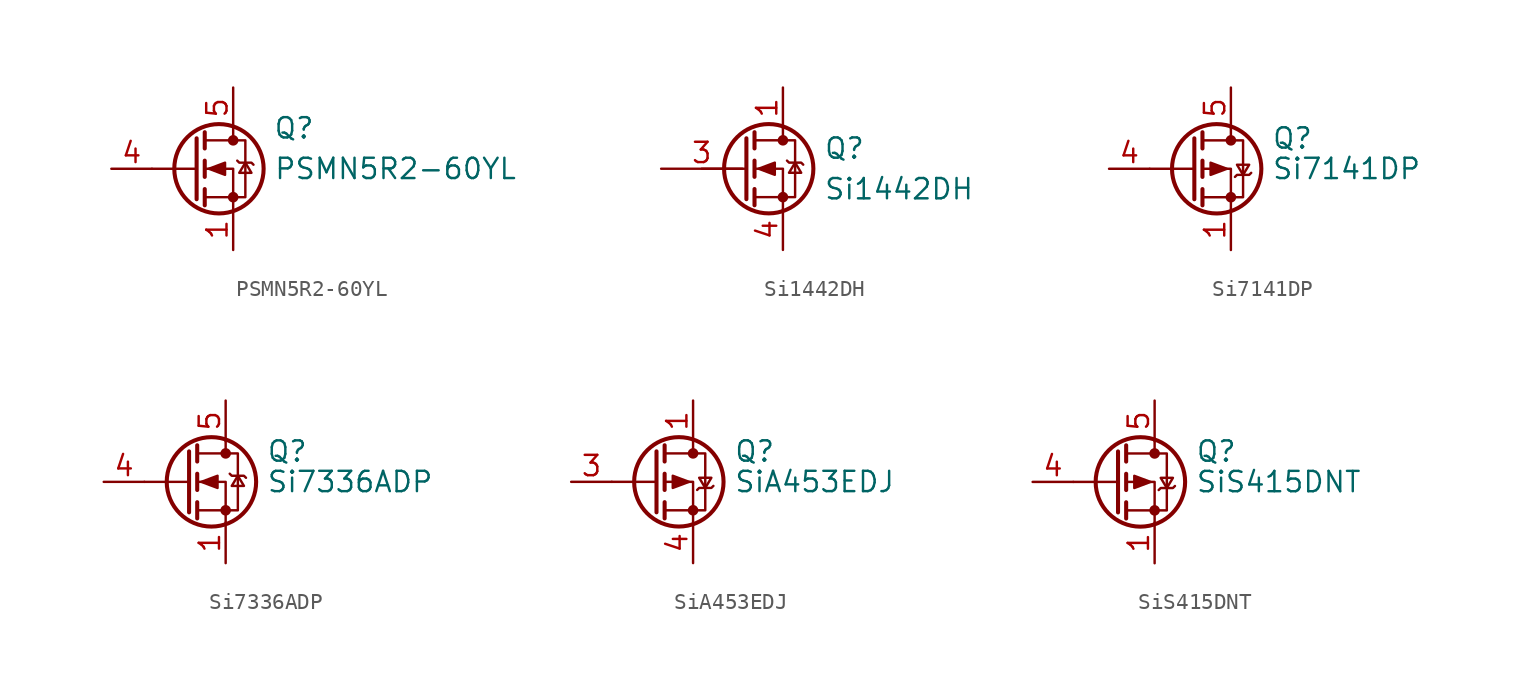
<source format=kicad_sym>
(kicad_symbol_lib
  (version 20201005)
  (generator kicad_symbol_editor)
  (symbol "PSMN5R2-60YL"
    (pin_names hide)
    (property "Reference" "Q"
      (at 6.35 2.54 0)
      (effects (font (size 1.27 1.27))))
    (property "Value" "PSMN5R2-60YL"
      (at 12.7 0 0)
      (effects (font (size 1.27 1.27))))
    (symbol "PSMN5R2-60YL_0_1"
      (circle (center 1.651 0) (radius 2.794) (stroke (width 0.254)) (fill (type none)))
      (circle (center 2.54 -1.778) (radius 0.254) (stroke (width 0)) (fill (type outline)))
      (circle (center 2.54 1.778) (radius 0.254) (stroke (width 0)) (fill (type outline)))
      (polyline (pts (xy 0.254 0) (xy -2.54 0)) (stroke (width 0)) (fill (type none)))
      (polyline (pts (xy 0.254 1.905) (xy 0.254 -1.905)) (stroke (width 0.254)) (fill (type none)))
      (polyline (pts (xy 0.762 -1.27) (xy 0.762 -2.286)) (stroke (width 0.254)) (fill (type none)))
      (polyline (pts (xy 0.762 0.508) (xy 0.762 -0.508)) (stroke (width 0.254)) (fill (type none)))
      (polyline (pts (xy 0.762 2.286) (xy 0.762 1.27)) (stroke (width 0.254)) (fill (type none)))
      (polyline (pts (xy 2.54 2.54) (xy 2.54 1.778)) (stroke (width 0)) (fill (type none)))
      (polyline (pts (xy 2.54 -2.54) (xy 2.54 0) (xy 0.762 0)) (stroke (width 0)) (fill (type none)))
      (polyline (pts (xy 0.762 -1.778) (xy 3.302 -1.778) (xy 3.302 1.778) (xy 0.762 1.778)) (stroke (width 0)) (fill (type none)))
      (polyline (pts (xy 2.794 0.508) (xy 2.921 0.381) (xy 3.683 0.381) (xy 3.81 0.254)) (stroke (width 0)) (fill (type none)))
      (polyline (pts (xy 3.302 0.381) (xy 2.921 -0.254) (xy 3.683 -0.254) (xy 3.302 0.381)) (stroke (width 0)) (fill (type none)))
      (polyline (pts (xy 1.016 0) (xy 2.032 0.381) (xy 2.032 -0.381) (xy 1.016 0)) (stroke (width 0)) (fill (type outline))))
    (symbol "PSMN5R2-60YL_1_1"
      (pin passive line (at 2.54 -5.08 90) (length 2.54) (name "S" (effects (font (size 1.27 1.27)))) (number "1" (effects (font (size 1.27 1.27)))))
      (pin passive line (at 2.54 -5.08 90) (length 2.54) hide (name "S" (effects (font (size 1.27 1.27)))) (number "2" (effects (font (size 1.27 1.27)))))
      (pin passive line (at 2.54 -5.08 90) (length 2.54) hide (name "S" (effects (font (size 1.27 1.27)))) (number "3" (effects (font (size 1.27 1.27)))))
      (pin passive line (at -5.08 0 0) (length 2.54) (name "G" (effects (font (size 1.27 1.27)))) (number "4" (effects (font (size 1.27 1.27)))))
      (pin passive line (at 2.54 5.08 270) (length 2.54) (name "D" (effects (font (size 1.27 1.27)))) (number "5" (effects (font (size 1.27 1.27)))))))
  (symbol "Si1442DH"
    (pin_names hide)
    (property "Reference" "Q"
      (at 5.08 1.27 0)
      (effects (font (size 1.27 1.27)) (justify left)))
    (property "Value" "Si1442DH"
      (at 5.08 -1.27 0)
      (effects (font (size 1.27 1.27)) (justify left)))
    (symbol "Si1442DH_0_1"
      (circle (center 1.651 0) (radius 2.794) (stroke (width 0.254)) (fill (type none)))
      (circle (center 2.54 -1.778) (radius 0.254) (stroke (width 0)) (fill (type outline)))
      (circle (center 2.54 1.778) (radius 0.254) (stroke (width 0)) (fill (type outline)))
      (polyline (pts (xy 0.254 0) (xy -2.54 0)) (stroke (width 0)) (fill (type none)))
      (polyline (pts (xy 0.254 1.905) (xy 0.254 -1.905)) (stroke (width 0.254)) (fill (type none)))
      (polyline (pts (xy 0.762 -1.27) (xy 0.762 -2.286)) (stroke (width 0.254)) (fill (type none)))
      (polyline (pts (xy 0.762 0.508) (xy 0.762 -0.508)) (stroke (width 0.254)) (fill (type none)))
      (polyline (pts (xy 0.762 2.286) (xy 0.762 1.27)) (stroke (width 0.254)) (fill (type none)))
      (polyline (pts (xy 2.54 2.54) (xy 2.54 1.778)) (stroke (width 0)) (fill (type none)))
      (polyline (pts (xy 2.54 -2.54) (xy 2.54 0) (xy 0.762 0)) (stroke (width 0)) (fill (type none)))
      (polyline (pts (xy 0.762 -1.778) (xy 3.302 -1.778) (xy 3.302 1.778) (xy 0.762 1.778)) (stroke (width 0)) (fill (type none)))
      (polyline (pts (xy 2.794 0.508) (xy 2.921 0.381) (xy 3.683 0.381) (xy 3.81 0.254)) (stroke (width 0)) (fill (type none)))
      (polyline (pts (xy 3.302 0.381) (xy 2.921 -0.254) (xy 3.683 -0.254) (xy 3.302 0.381)) (stroke (width 0)) (fill (type none)))
      (polyline (pts (xy 1.016 0) (xy 2.032 0.381) (xy 2.032 -0.381) (xy 1.016 0)) (stroke (width 0)) (fill (type outline))))
    (symbol "Si1442DH_1_1"
      (pin passive line (at 2.54 5.08 270) (length 2.54) (name "D" (effects (font (size 1.27 1.27)))) (number "1" (effects (font (size 1.27 1.27)))))
      (pin passive line (at 2.54 5.08 270) (length 2.54) hide (name "D" (effects (font (size 1.27 1.27)))) (number "2" (effects (font (size 1.27 1.27)))))
      (pin input line (at -5.08 0 0) (length 5.08) (name "G" (effects (font (size 1.27 1.27)))) (number "3" (effects (font (size 1.27 1.27)))))
      (pin passive line (at 2.54 -5.08 90) (length 2.54) (name "S" (effects (font (size 1.27 1.27)))) (number "4" (effects (font (size 1.27 1.27)))))
      (pin passive line (at 2.54 5.08 270) (length 2.54) hide (name "D" (effects (font (size 1.27 1.27)))) (number "5" (effects (font (size 1.27 1.27)))))
      (pin passive line (at 2.54 5.08 270) (length 2.54) hide (name "D" (effects (font (size 1.27 1.27)))) (number "6" (effects (font (size 1.27 1.27)))))))
  (symbol "Si7141DP"
    (pin_names hide)
    (property "Reference" "Q"
      (at 5.08 1.905 0)
      (effects (font (size 1.27 1.27)) (justify left)))
    (property "Value" "Si7141DP"
      (at 5.08 0 0)
      (effects (font (size 1.27 1.27)) (justify left)))
    (symbol "Si7141DP_0_1"
      (circle (center 1.651 0) (radius 2.794) (stroke (width 0.254)) (fill (type none)))
      (circle (center 2.54 -1.778) (radius 0.254) (stroke (width 0)) (fill (type outline)))
      (circle (center 2.54 1.778) (radius 0.254) (stroke (width 0)) (fill (type outline)))
      (polyline (pts (xy 0.254 0) (xy -2.54 0)) (stroke (width 0)) (fill (type none)))
      (polyline (pts (xy 0.254 1.905) (xy 0.254 -1.905)) (stroke (width 0.254)) (fill (type none)))
      (polyline (pts (xy 0.762 -1.27) (xy 0.762 -2.286)) (stroke (width 0.254)) (fill (type none)))
      (polyline (pts (xy 0.762 0.508) (xy 0.762 -0.508)) (stroke (width 0.254)) (fill (type none)))
      (polyline (pts (xy 0.762 2.286) (xy 0.762 1.27)) (stroke (width 0.254)) (fill (type none)))
      (polyline (pts (xy 2.54 2.54) (xy 2.54 1.778)) (stroke (width 0)) (fill (type none)))
      (polyline (pts (xy 2.54 -2.54) (xy 2.54 0) (xy 0.762 0)) (stroke (width 0)) (fill (type none)))
      (polyline (pts (xy 0.762 1.778) (xy 3.302 1.778) (xy 3.302 -1.778) (xy 0.762 -1.778)) (stroke (width 0)) (fill (type none)))
      (polyline (pts (xy 2.794 -0.508) (xy 2.921 -0.381) (xy 3.683 -0.381) (xy 3.81 -0.254)) (stroke (width 0)) (fill (type none)))
      (polyline (pts (xy 3.302 -0.381) (xy 2.921 0.254) (xy 3.683 0.254) (xy 3.302 -0.381)) (stroke (width 0)) (fill (type none)))
      (polyline (pts (xy 2.286 0) (xy 1.27 0.381) (xy 1.27 -0.381) (xy 2.286 0)) (stroke (width 0)) (fill (type outline))))
    (symbol "Si7141DP_1_1"
      (pin passive line (at 2.54 -5.08 90) (length 2.54) (name "S" (effects (font (size 1.27 1.27)))) (number "1" (effects (font (size 1.27 1.27)))))
      (pin passive line (at 2.54 -5.08 90) (length 2.54) hide (name "S" (effects (font (size 1.27 1.27)))) (number "2" (effects (font (size 1.27 1.27)))))
      (pin passive line (at 2.54 -5.08 90) (length 2.54) hide (name "S" (effects (font (size 1.27 1.27)))) (number "3" (effects (font (size 1.27 1.27)))))
      (pin input line (at -5.08 0 0) (length 2.54) (name "G" (effects (font (size 1.27 1.27)))) (number "4" (effects (font (size 1.27 1.27)))))
      (pin passive line (at 2.54 5.08 270) (length 2.54) (name "D" (effects (font (size 1.27 1.27)))) (number "5" (effects (font (size 1.27 1.27)))))))
  (symbol "Si7336ADP"
    (pin_names hide)
    (property "Reference" "Q"
      (at 5.08 1.905 0)
      (effects (font (size 1.27 1.27)) (justify left)))
    (property "Value" "Si7336ADP"
      (at 5.08 0 0)
      (effects (font (size 1.27 1.27)) (justify left)))
    (symbol "Si7336ADP_0_1"
      (circle (center 1.651 0) (radius 2.794) (stroke (width 0.254)) (fill (type none)))
      (circle (center 2.54 -1.778) (radius 0.254) (stroke (width 0)) (fill (type outline)))
      (circle (center 2.54 1.778) (radius 0.254) (stroke (width 0)) (fill (type outline)))
      (polyline (pts (xy 0.254 0) (xy -2.54 0)) (stroke (width 0)) (fill (type none)))
      (polyline (pts (xy 0.254 1.905) (xy 0.254 -1.905)) (stroke (width 0.254)) (fill (type none)))
      (polyline (pts (xy 0.762 -1.27) (xy 0.762 -2.286)) (stroke (width 0.254)) (fill (type none)))
      (polyline (pts (xy 0.762 0.508) (xy 0.762 -0.508)) (stroke (width 0.254)) (fill (type none)))
      (polyline (pts (xy 0.762 2.286) (xy 0.762 1.27)) (stroke (width 0.254)) (fill (type none)))
      (polyline (pts (xy 2.54 2.54) (xy 2.54 1.778)) (stroke (width 0)) (fill (type none)))
      (polyline (pts (xy 2.54 -2.54) (xy 2.54 0) (xy 0.762 0)) (stroke (width 0)) (fill (type none)))
      (polyline (pts (xy 0.762 -1.778) (xy 3.302 -1.778) (xy 3.302 1.778) (xy 0.762 1.778)) (stroke (width 0)) (fill (type none)))
      (polyline (pts (xy 2.794 0.508) (xy 2.921 0.381) (xy 3.683 0.381) (xy 3.81 0.254)) (stroke (width 0)) (fill (type none)))
      (polyline (pts (xy 3.302 0.381) (xy 2.921 -0.254) (xy 3.683 -0.254) (xy 3.302 0.381)) (stroke (width 0)) (fill (type none)))
      (polyline (pts (xy 1.016 0) (xy 2.032 0.381) (xy 2.032 -0.381) (xy 1.016 0)) (stroke (width 0)) (fill (type outline))))
    (symbol "Si7336ADP_1_1"
      (pin passive line (at 2.54 -5.08 90) (length 2.54) (name "S" (effects (font (size 1.27 1.27)))) (number "1" (effects (font (size 1.27 1.27)))))
      (pin passive line (at 2.54 -5.08 90) (length 2.54) hide (name "S" (effects (font (size 1.27 1.27)))) (number "2" (effects (font (size 1.27 1.27)))))
      (pin passive line (at 2.54 -5.08 90) (length 2.54) hide (name "S" (effects (font (size 1.27 1.27)))) (number "3" (effects (font (size 1.27 1.27)))))
      (pin input line (at -5.08 0 0) (length 2.54) (name "G" (effects (font (size 1.27 1.27)))) (number "4" (effects (font (size 1.27 1.27)))))
      (pin passive line (at 2.54 5.08 270) (length 2.54) (name "D" (effects (font (size 1.27 1.27)))) (number "5" (effects (font (size 1.27 1.27)))))))
  (symbol "SiA453EDJ"
    (pin_names hide)
    (property "Reference" "Q"
      (at 5.08 1.905 0)
      (effects (font (size 1.27 1.27)) (justify left)))
    (property "Value" "SiA453EDJ"
      (at 5.08 0 0)
      (effects (font (size 1.27 1.27)) (justify left)))
    (symbol "SiA453EDJ_0_1"
      (circle (center 1.651 0) (radius 2.794) (stroke (width 0.254)) (fill (type none)))
      (circle (center 2.54 -1.778) (radius 0.254) (stroke (width 0)) (fill (type outline)))
      (circle (center 2.54 1.778) (radius 0.254) (stroke (width 0)) (fill (type outline)))
      (polyline (pts (xy 0.254 0) (xy -2.54 0)) (stroke (width 0)) (fill (type none)))
      (polyline (pts (xy 0.254 1.905) (xy 0.254 -1.905)) (stroke (width 0.254)) (fill (type none)))
      (polyline (pts (xy 0.762 -1.27) (xy 0.762 -2.286)) (stroke (width 0.254)) (fill (type none)))
      (polyline (pts (xy 0.762 0.508) (xy 0.762 -0.508)) (stroke (width 0.254)) (fill (type none)))
      (polyline (pts (xy 0.762 2.286) (xy 0.762 1.27)) (stroke (width 0.254)) (fill (type none)))
      (polyline (pts (xy 2.54 2.54) (xy 2.54 1.778)) (stroke (width 0)) (fill (type none)))
      (polyline (pts (xy 2.54 -2.54) (xy 2.54 0) (xy 0.762 0)) (stroke (width 0)) (fill (type none)))
      (polyline (pts (xy 0.762 1.778) (xy 3.302 1.778) (xy 3.302 -1.778) (xy 0.762 -1.778)) (stroke (width 0)) (fill (type none)))
      (polyline (pts (xy 2.794 -0.508) (xy 2.921 -0.381) (xy 3.683 -0.381) (xy 3.81 -0.254)) (stroke (width 0)) (fill (type none)))
      (polyline (pts (xy 3.302 -0.381) (xy 2.921 0.254) (xy 3.683 0.254) (xy 3.302 -0.381)) (stroke (width 0)) (fill (type none)))
      (polyline (pts (xy 2.286 0) (xy 1.27 0.381) (xy 1.27 -0.381) (xy 2.286 0)) (stroke (width 0)) (fill (type outline))))
    (symbol "SiA453EDJ_1_1"
      (pin passive line (at 2.54 5.08 270) (length 2.54) (name "D" (effects (font (size 1.27 1.27)))) (number "1" (effects (font (size 1.27 1.27)))))
      (pin passive line (at -5.08 0 0) (length 2.54) (name "G" (effects (font (size 1.27 1.27)))) (number "3" (effects (font (size 1.27 1.27)))))
      (pin passive line (at 2.54 -5.08 90) (length 2.54) (name "S" (effects (font (size 1.27 1.27)))) (number "4" (effects (font (size 1.27 1.27)))))))
  (symbol "SiS415DNT"
    (pin_names hide)
    (property "Reference" "Q"
      (at 5.08 1.905 0)
      (effects (font (size 1.27 1.27)) (justify left)))
    (property "Value" "SiS415DNT"
      (at 5.08 0 0)
      (effects (font (size 1.27 1.27)) (justify left)))
    (symbol "SiS415DNT_0_1"
      (circle (center 1.651 0) (radius 2.794) (stroke (width 0.254)) (fill (type none)))
      (circle (center 2.54 -1.778) (radius 0.254) (stroke (width 0)) (fill (type outline)))
      (circle (center 2.54 1.778) (radius 0.254) (stroke (width 0)) (fill (type outline)))
      (polyline (pts (xy 0.254 0) (xy -2.54 0)) (stroke (width 0)) (fill (type none)))
      (polyline (pts (xy 0.254 1.905) (xy 0.254 -1.905)) (stroke (width 0.254)) (fill (type none)))
      (polyline (pts (xy 0.762 -1.27) (xy 0.762 -2.286)) (stroke (width 0.254)) (fill (type none)))
      (polyline (pts (xy 0.762 0.508) (xy 0.762 -0.508)) (stroke (width 0.254)) (fill (type none)))
      (polyline (pts (xy 0.762 2.286) (xy 0.762 1.27)) (stroke (width 0.254)) (fill (type none)))
      (polyline (pts (xy 2.54 2.54) (xy 2.54 1.778)) (stroke (width 0)) (fill (type none)))
      (polyline (pts (xy 2.54 -2.54) (xy 2.54 0) (xy 0.762 0)) (stroke (width 0)) (fill (type none)))
      (polyline (pts (xy 0.762 1.778) (xy 3.302 1.778) (xy 3.302 -1.778) (xy 0.762 -1.778)) (stroke (width 0)) (fill (type none)))
      (polyline (pts (xy 2.794 -0.508) (xy 2.921 -0.381) (xy 3.683 -0.381) (xy 3.81 -0.254)) (stroke (width 0)) (fill (type none)))
      (polyline (pts (xy 3.302 -0.381) (xy 2.921 0.254) (xy 3.683 0.254) (xy 3.302 -0.381)) (stroke (width 0)) (fill (type none)))
      (polyline (pts (xy 2.286 0) (xy 1.27 0.381) (xy 1.27 -0.381) (xy 2.286 0)) (stroke (width 0)) (fill (type outline))))
    (symbol "SiS415DNT_1_1"
      (pin passive line (at 2.54 -5.08 90) (length 2.54) (name "S" (effects (font (size 1.27 1.27)))) (number "1" (effects (font (size 1.27 1.27)))))
      (pin passive line (at 2.54 -5.08 90) (length 2.54) hide (name "S" (effects (font (size 1.27 1.27)))) (number "2" (effects (font (size 1.27 1.27)))))
      (pin passive line (at 2.54 -5.08 90) (length 2.54) hide (name "S" (effects (font (size 1.27 1.27)))) (number "3" (effects (font (size 1.27 1.27)))))
      (pin passive line (at -5.08 0 0) (length 2.54) (name "G" (effects (font (size 1.27 1.27)))) (number "4" (effects (font (size 1.27 1.27)))))
      (pin passive line (at 2.54 5.08 270) (length 2.54) (name "D" (effects (font (size 1.27 1.27)))) (number "5" (effects (font (size 1.27 1.27))))))))
</source>
